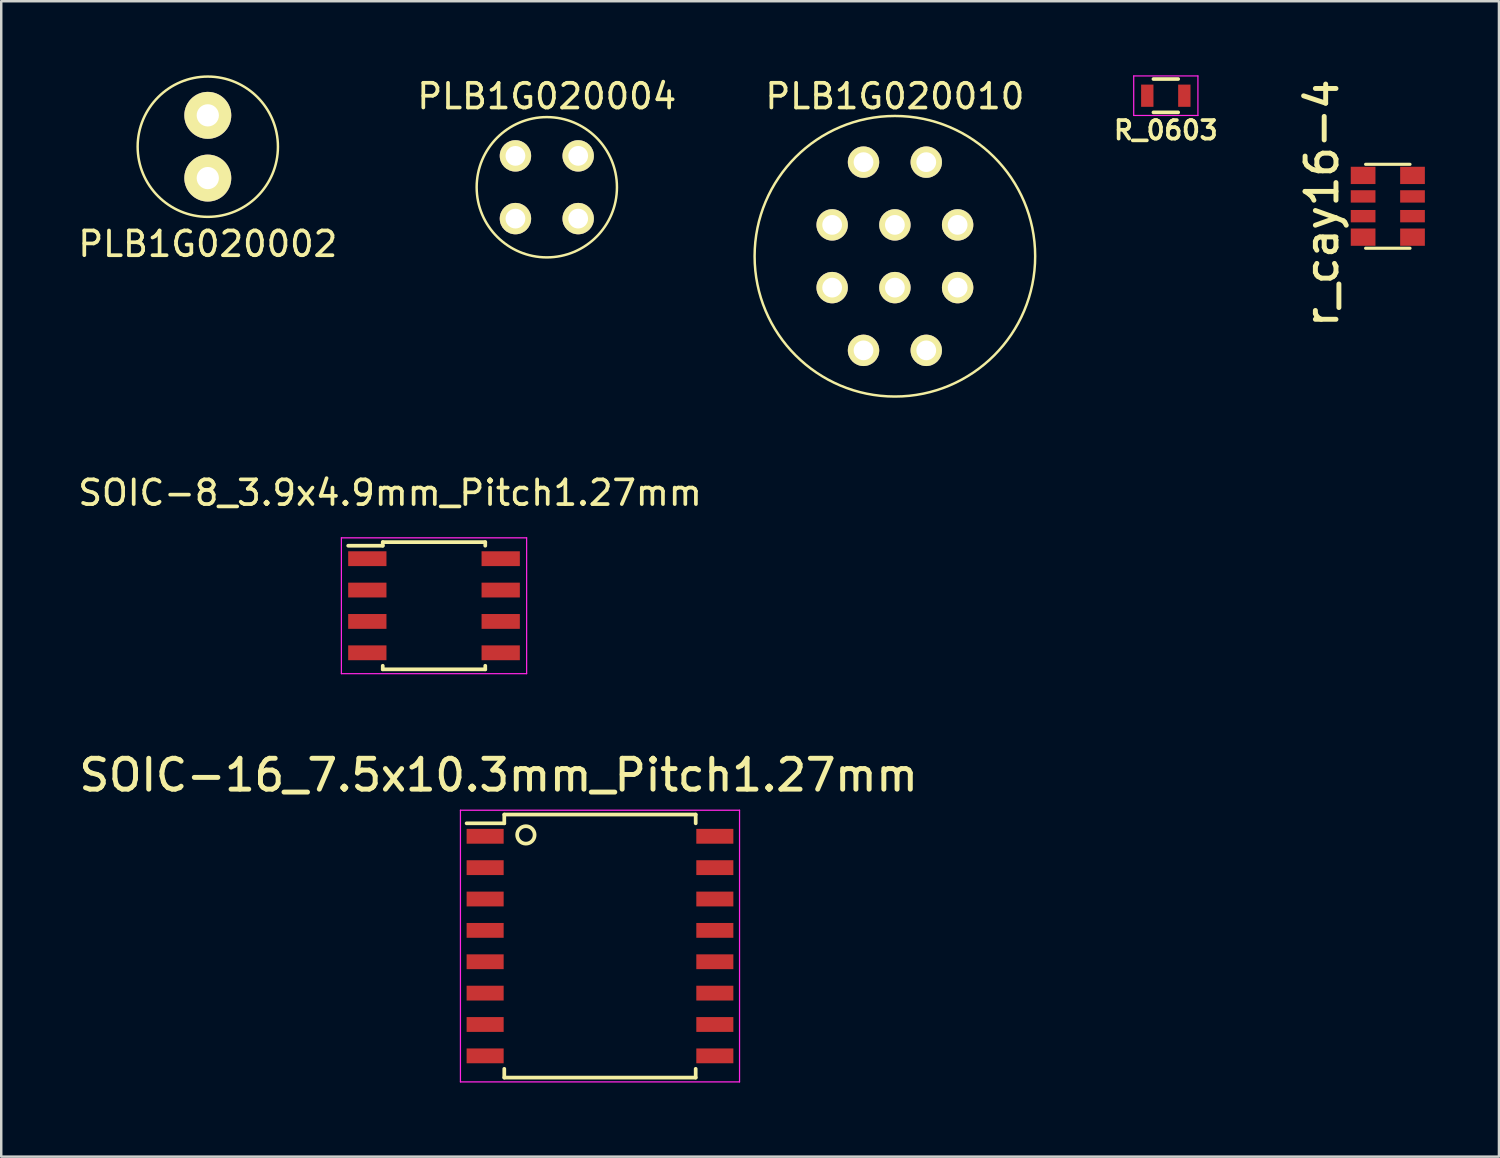
<source format=kicad_pcb>
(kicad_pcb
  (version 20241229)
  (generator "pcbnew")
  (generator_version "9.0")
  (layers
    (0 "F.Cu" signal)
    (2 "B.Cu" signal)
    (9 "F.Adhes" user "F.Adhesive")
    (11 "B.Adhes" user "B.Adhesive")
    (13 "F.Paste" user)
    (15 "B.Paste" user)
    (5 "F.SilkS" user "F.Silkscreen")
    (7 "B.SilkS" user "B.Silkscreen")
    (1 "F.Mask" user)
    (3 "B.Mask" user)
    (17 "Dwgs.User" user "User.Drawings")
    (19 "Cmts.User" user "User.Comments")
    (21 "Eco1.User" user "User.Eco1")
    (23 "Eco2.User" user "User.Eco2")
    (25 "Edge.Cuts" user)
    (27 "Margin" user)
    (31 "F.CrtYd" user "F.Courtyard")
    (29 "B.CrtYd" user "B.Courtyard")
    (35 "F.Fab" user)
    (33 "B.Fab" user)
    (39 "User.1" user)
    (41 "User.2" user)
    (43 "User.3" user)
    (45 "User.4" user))
  (footprint "SOIC-8_3.9x4.9mm_Pitch1.27mm"
    (layer "F.Cu")
    (at 14.522 21.475)
    (property "Reference" "SOIC-8_3.9x4.9mm_Pitch1.27mm" (at -1.778 -4.572 0) (layer "F.SilkS") (effects (font (size 1 1) (thickness 0.15))))
    (attr smd)
    (fp_line (start -2.075 -2.575) (end -2.075 -2.43) (stroke (width 0.15) (type solid)) (layer "F.SilkS"))
    (fp_line (start -2.075 -2.575) (end 2.075 -2.575) (stroke (width 0.15) (type solid)) (layer "F.SilkS"))
    (fp_line (start -2.075 -2.43) (end -3.475 -2.43) (stroke (width 0.15) (type solid)) (layer "F.SilkS"))
    (fp_line (start -2.075 2.575) (end -2.075 2.43) (stroke (width 0.15) (type solid)) (layer "F.SilkS"))
    (fp_line (start -2.075 2.575) (end 2.075 2.575) (stroke (width 0.15) (type solid)) (layer "F.SilkS"))
    (fp_line (start 2.075 -2.575) (end 2.075 -2.43) (stroke (width 0.15) (type solid)) (layer "F.SilkS"))
    (fp_line (start 2.075 2.575) (end 2.075 2.43) (stroke (width 0.15) (type solid)) (layer "F.SilkS"))
    (fp_line (start -3.75 -2.75) (end -3.75 2.75) (stroke (width 0.05) (type solid)) (layer "F.CrtYd"))
    (fp_line (start -3.75 -2.75) (end 3.75 -2.75) (stroke (width 0.05) (type solid)) (layer "F.CrtYd"))
    (fp_line (start -3.75 2.75) (end 3.75 2.75) (stroke (width 0.05) (type solid)) (layer "F.CrtYd"))
    (fp_line (start 3.75 -2.75) (end 3.75 2.75) (stroke (width 0.05) (type solid)) (layer "F.CrtYd"))
    (pad "1" smd rect (at -2.7 -1.905) (size 1.55 0.6) (layers "F.Cu" "F.Mask" "F.Paste"))
    (pad "2" smd rect (at -2.7 -0.635) (size 1.55 0.6) (layers "F.Cu" "F.Mask" "F.Paste"))
    (pad "3" smd rect (at -2.7 0.635) (size 1.55 0.6) (layers "F.Cu" "F.Mask" "F.Paste"))
    (pad "4" smd rect (at -2.7 1.905) (size 1.55 0.6) (layers "F.Cu" "F.Mask" "F.Paste"))
    (pad "5" smd rect (at 2.7 1.905) (size 1.55 0.6) (layers "F.Cu" "F.Mask" "F.Paste"))
    (pad "6" smd rect (at 2.7 0.635) (size 1.55 0.6) (layers "F.Cu" "F.Mask" "F.Paste"))
    (pad "7" smd rect (at 2.7 -0.635) (size 1.55 0.6) (layers "F.Cu" "F.Mask" "F.Paste"))
    (pad "8" smd rect (at 2.7 -1.905) (size 1.55 0.6) (layers "F.Cu" "F.Mask" "F.Paste")))
  (footprint "PLB1G020010"
    (layer "F.Cu")
    (at 33.182 11.135)
    (property "Reference" "PLB1G020010" (at 0 -10.287 0) (layer "F.SilkS") (effects (font (size 1 1) (thickness 0.15))))
    (attr through_hole)
    (fp_circle (center 0 -3.81) (end 2.54 1.27) (stroke (width 0.1) (type solid)) (fill no) (layer "F.SilkS"))
    (pad "1" thru_hole circle (at -1.27 -7.62) (size 1.27 1.27) (drill 0.8) (layers "*.Cu" "*.Mask" "F.SilkS"))
    (pad "2" thru_hole circle (at -2.54 -5.08) (size 1.27 1.27) (drill 0.8) (layers "*.Cu" "*.Mask" "F.SilkS"))
    (pad "3" thru_hole circle (at -2.54 -2.54) (size 1.27 1.27) (drill 0.8) (layers "*.Cu" "*.Mask" "F.SilkS"))
    (pad "4" thru_hole circle (at -1.27 0) (size 1.27 1.27) (drill 0.8) (layers "*.Cu" "*.Mask" "F.SilkS"))
    (pad "5" thru_hole circle (at 1.27 0) (size 1.27 1.27) (drill 0.8) (layers "*.Cu" "*.Mask" "F.SilkS"))
    (pad "6" thru_hole circle (at 2.54 -2.54) (size 1.27 1.27) (drill 0.8) (layers "*.Cu" "*.Mask" "F.SilkS"))
    (pad "7" thru_hole circle (at 2.54 -5.08) (size 1.27 1.27) (drill 0.8) (layers "*.Cu" "*.Mask" "F.SilkS"))
    (pad "8" thru_hole circle (at 1.27 -7.62) (size 1.27 1.27) (drill 0.8) (layers "*.Cu" "*.Mask" "F.SilkS"))
    (pad "9" thru_hole circle (at 0 -5.08) (size 1.27 1.27) (drill 0.8) (layers "*.Cu" "*.Mask" "F.SilkS"))
    (pad "10" thru_hole circle (at 0 -2.54) (size 1.27 1.27) (drill 0.8) (layers "*.Cu" "*.Mask" "F.SilkS")))
  (footprint "PLB1G020004"
    (layer "F.Cu")
    (at 19.089 5.801)
    (property "Reference" "PLB1G020004" (at 0 -4.953 0) (layer "F.SilkS") (effects (font (size 1 1) (thickness 0.15))))
    (attr through_hole)
    (fp_circle (center 0 -1.27) (end 1.27 1.27) (stroke (width 0.1) (type solid)) (fill no) (layer "F.SilkS"))
    (pad "1" thru_hole circle (at -1.27 -2.54) (size 1.27 1.27) (drill 0.8) (layers "*.Cu" "*.Mask" "F.SilkS"))
    (pad "2" thru_hole circle (at -1.27 0) (size 1.27 1.27) (drill 0.8) (layers "*.Cu" "*.Mask" "F.SilkS"))
    (pad "3" thru_hole circle (at 1.27 0) (size 1.27 1.27) (drill 0.8) (layers "*.Cu" "*.Mask" "F.SilkS"))
    (pad "4" thru_hole circle (at 1.27 -2.54) (size 1.27 1.27) (drill 0.8) (layers "*.Cu" "*.Mask" "F.SilkS")))
  (footprint "R_0603"
    (layer "F.Cu")
    (at 44.151 0.825)
    (property "Reference" "R_0603" (at 0 1.397 0) (layer "F.SilkS") (effects (font (size 0.75 0.75) (thickness 0.15))))
    (attr smd)
    (fp_line (start -0.5 -0.675) (end 0.5 -0.675) (stroke (width 0.15) (type solid)) (layer "F.SilkS"))
    (fp_line (start 0.5 0.675) (end -0.5 0.675) (stroke (width 0.15) (type solid)) (layer "F.SilkS"))
    (fp_line (start -1.3 -0.8) (end -1.3 0.8) (stroke (width 0.05) (type solid)) (layer "F.CrtYd"))
    (fp_line (start -1.3 -0.8) (end 1.3 -0.8) (stroke (width 0.05) (type solid)) (layer "F.CrtYd"))
    (fp_line (start -1.3 0.8) (end 1.3 0.8) (stroke (width 0.05) (type solid)) (layer "F.CrtYd"))
    (fp_line (start 1.3 -0.8) (end 1.3 0.8) (stroke (width 0.05) (type solid)) (layer "F.CrtYd"))
    (pad "1" smd rect (at -0.75 0) (size 0.5 0.9) (layers "F.Cu" "F.Mask" "F.Paste"))
    (pad "2" smd rect (at 0.75 0) (size 0.5 0.9) (layers "F.Cu" "F.Mask" "F.Paste")))
  (footprint "PLB1G020002"
    (layer "F.Cu")
    (at 5.363 4.16)
    (property "Reference" "PLB1G020002" (at 0 2.667 0) (layer "F.SilkS") (effects (font (size 1 1) (thickness 0.15))))
    (attr through_hole)
    (fp_circle (center 0 -1.27) (end 1.27 1.27) (stroke (width 0.1) (type solid)) (fill no) (layer "F.SilkS"))
    (pad "1" thru_hole circle (at 0 0) (size 1.9 1.9) (drill 0.9) (layers "*.Cu" "*.Mask" "F.SilkS"))
    (pad "2" thru_hole circle (at 0 -2.54) (size 1.9 1.9) (drill 0.9) (layers "*.Cu" "*.Mask" "F.SilkS")))
  (footprint "r_cay16-4"
    (layer "F.Cu")
    (at 53.139 5.302)
    (property "Reference" "r_cay16-4" (at -2.667 -0.127 90) (layer "F.SilkS") (effects (font (size 1.25 1.25) (thickness 0.2))))
    (attr through_hole)
    (fp_line (start -0.899 -1.699) (end 0.899 -1.699) (stroke (width 0.127) (type solid)) (layer "F.SilkS"))
    (fp_line (start -0.899 1.699) (end 0.899 1.699) (stroke (width 0.127) (type solid)) (layer "F.SilkS"))
    (pad "1" smd rect (at 1 1.25) (size 1 0.7) (layers "F.Cu" "F.Mask" "F.Paste"))
    (pad "2" smd rect (at 1 0.4) (size 1 0.5) (layers "F.Cu" "F.Mask" "F.Paste"))
    (pad "3" smd rect (at 1 -0.4) (size 1 0.5) (layers "F.Cu" "F.Mask" "F.Paste"))
    (pad "4" smd rect (at 1 -1.25) (size 1 0.7) (layers "F.Cu" "F.Mask" "F.Paste"))
    (pad "5" smd rect (at -1 -1.25) (size 1 0.7) (layers "F.Cu" "F.Mask" "F.Paste"))
    (pad "6" smd rect (at -1 -0.4) (size 1 0.5) (layers "F.Cu" "F.Mask" "F.Paste"))
    (pad "7" smd rect (at -1 0.4) (size 1 0.5) (layers "F.Cu" "F.Mask" "F.Paste"))
    (pad "8" smd rect (at -1 1.25) (size 1 0.7) (layers "F.Cu" "F.Mask" "F.Paste")))
  (footprint "SOIC-16_7.5x10.3mm_Pitch1.27mm"
    (layer "F.Cu")
    (at 21.242 35.254)
    (property "Reference" "SOIC-16_7.5x10.3mm_Pitch1.27mm" (at -4.103 -6.921 0) (layer "F.SilkS") (effects (font (size 1.25 1.25) (thickness 0.2))))
    (attr smd)
    (fp_line (start -3.875 -5.325) (end -3.875 -4.97) (stroke (width 0.15) (type solid)) (layer "F.SilkS"))
    (fp_line (start -3.875 -5.325) (end 3.875 -5.325) (stroke (width 0.15) (type solid)) (layer "F.SilkS"))
    (fp_line (start -3.875 -4.97) (end -5.4 -4.97) (stroke (width 0.15) (type solid)) (layer "F.SilkS"))
    (fp_line (start -3.875 5.325) (end -3.875 4.97) (stroke (width 0.15) (type solid)) (layer "F.SilkS"))
    (fp_line (start -3.875 5.325) (end 3.875 5.325) (stroke (width 0.15) (type solid)) (layer "F.SilkS"))
    (fp_line (start 3.875 -5.325) (end 3.875 -4.97) (stroke (width 0.15) (type solid)) (layer "F.SilkS"))
    (fp_line (start 3.875 5.325) (end 3.875 4.97) (stroke (width 0.15) (type solid)) (layer "F.SilkS"))
    (fp_circle (center -3 -4.5) (end -2.75 -4.25) (stroke (width 0.15) (type solid)) (fill no) (layer "F.SilkS"))
    (fp_line (start -5.65 -5.5) (end -5.65 5.5) (stroke (width 0.05) (type solid)) (layer "F.CrtYd"))
    (fp_line (start -5.65 -5.5) (end 5.65 -5.5) (stroke (width 0.05) (type solid)) (layer "F.CrtYd"))
    (fp_line (start -5.65 5.5) (end 5.65 5.5) (stroke (width 0.05) (type solid)) (layer "F.CrtYd"))
    (fp_line (start 5.65 -5.5) (end 5.65 5.5) (stroke (width 0.05) (type solid)) (layer "F.CrtYd"))
    (pad "1" smd rect (at -4.65 -4.445) (size 1.5 0.6) (layers "F.Cu" "F.Mask" "F.Paste"))
    (pad "2" smd rect (at -4.65 -3.175) (size 1.5 0.6) (layers "F.Cu" "F.Mask" "F.Paste"))
    (pad "3" smd rect (at -4.65 -1.905) (size 1.5 0.6) (layers "F.Cu" "F.Mask" "F.Paste"))
    (pad "4" smd rect (at -4.65 -0.635) (size 1.5 0.6) (layers "F.Cu" "F.Mask" "F.Paste"))
    (pad "5" smd rect (at -4.65 0.635) (size 1.5 0.6) (layers "F.Cu" "F.Mask" "F.Paste"))
    (pad "6" smd rect (at -4.65 1.905) (size 1.5 0.6) (layers "F.Cu" "F.Mask" "F.Paste"))
    (pad "7" smd rect (at -4.65 3.175) (size 1.5 0.6) (layers "F.Cu" "F.Mask" "F.Paste"))
    (pad "8" smd rect (at -4.65 4.445) (size 1.5 0.6) (layers "F.Cu" "F.Mask" "F.Paste"))
    (pad "9" smd rect (at 4.65 4.445) (size 1.5 0.6) (layers "F.Cu" "F.Mask" "F.Paste"))
    (pad "10" smd rect (at 4.65 3.175) (size 1.5 0.6) (layers "F.Cu" "F.Mask" "F.Paste"))
    (pad "11" smd rect (at 4.65 1.905) (size 1.5 0.6) (layers "F.Cu" "F.Mask" "F.Paste"))
    (pad "12" smd rect (at 4.65 0.635) (size 1.5 0.6) (layers "F.Cu" "F.Mask" "F.Paste"))
    (pad "13" smd rect (at 4.65 -0.635) (size 1.5 0.6) (layers "F.Cu" "F.Mask" "F.Paste"))
    (pad "14" smd rect (at 4.65 -1.905) (size 1.5 0.6) (layers "F.Cu" "F.Mask" "F.Paste"))
    (pad "15" smd rect (at 4.65 -3.175) (size 1.5 0.6) (layers "F.Cu" "F.Mask" "F.Paste"))
    (pad "16" smd rect (at 4.65 -4.445) (size 1.5 0.6) (layers "F.Cu" "F.Mask" "F.Paste")))
  (gr_rect
    (start -3 -3)
    (end 57.639 43.779)
    (stroke (width 0.1) (type default))
    (fill no)
    (layer "Edge.Cuts")))
</source>
